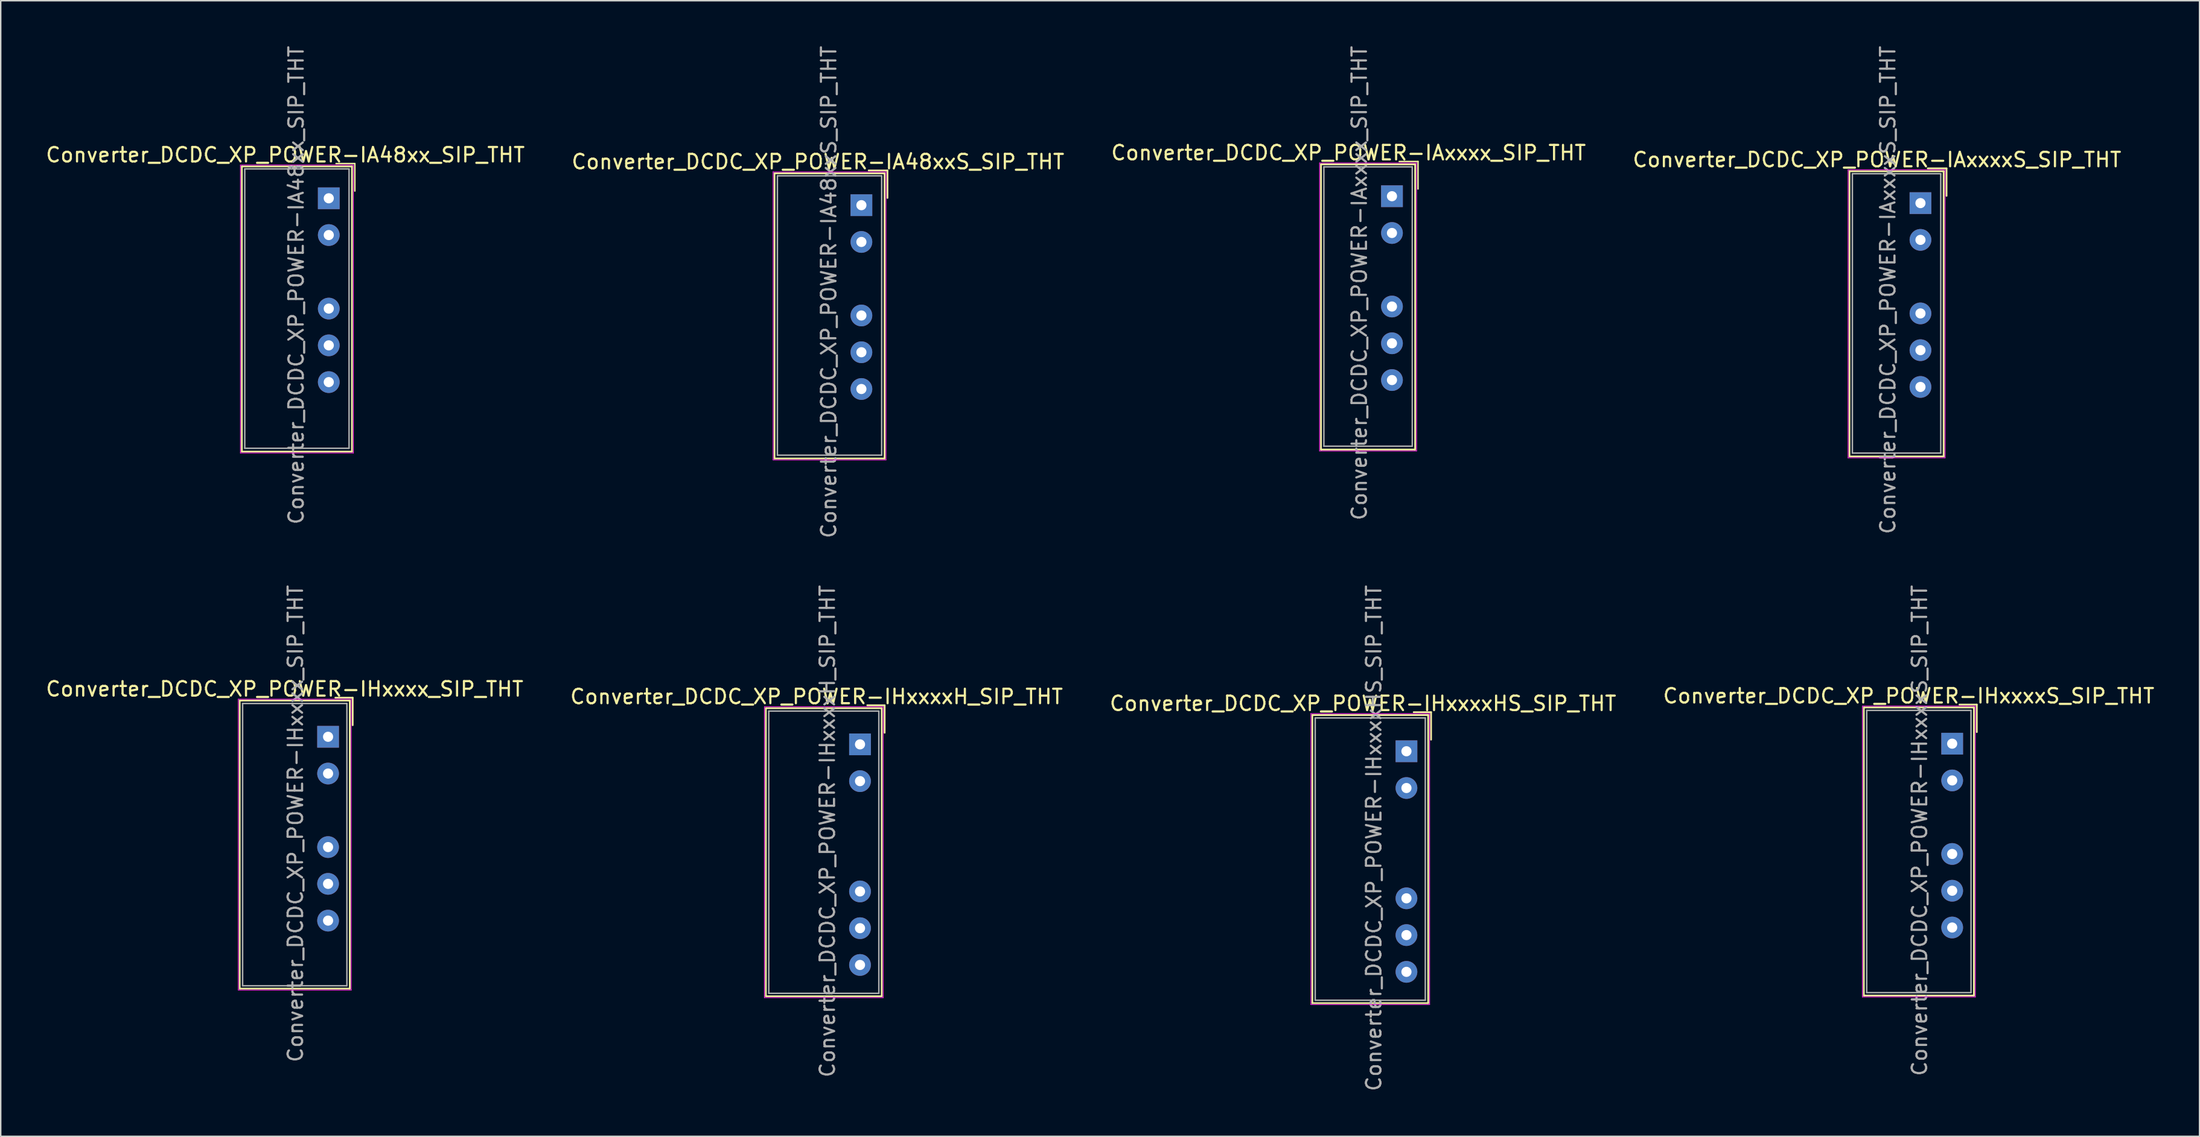
<source format=kicad_pcb>
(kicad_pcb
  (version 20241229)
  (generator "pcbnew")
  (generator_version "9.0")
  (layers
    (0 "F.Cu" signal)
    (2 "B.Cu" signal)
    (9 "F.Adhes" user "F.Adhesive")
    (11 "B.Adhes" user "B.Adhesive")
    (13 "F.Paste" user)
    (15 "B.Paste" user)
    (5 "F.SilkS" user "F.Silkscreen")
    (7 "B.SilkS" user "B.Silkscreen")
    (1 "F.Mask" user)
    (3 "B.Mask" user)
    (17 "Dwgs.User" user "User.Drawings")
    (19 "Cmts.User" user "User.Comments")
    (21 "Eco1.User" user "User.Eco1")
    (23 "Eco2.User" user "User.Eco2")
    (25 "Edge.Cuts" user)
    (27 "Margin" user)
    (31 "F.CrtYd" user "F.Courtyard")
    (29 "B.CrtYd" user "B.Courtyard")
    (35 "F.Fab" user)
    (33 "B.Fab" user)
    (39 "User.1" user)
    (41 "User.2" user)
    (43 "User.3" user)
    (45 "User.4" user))
  (footprint "Converter_DCDC_XP_POWER-IHxxxxH_SIP_THT"
    (layer "F.Cu")
    (at 56.327 48.375)
    (property "Reference" "Converter_DCDC_XP_POWER-IHxxxxH_SIP_THT" (at -3 -3.3 0) (layer "F.SilkS") (effects (font (size 1 1) (thickness 0.15))))
    (attr through_hole)
    (fp_line (start -6.5 -2.5) (end -6.5 17.4) (stroke (width 0.12) (type solid)) (layer "F.SilkS"))
    (fp_line (start -6.5 17.4) (end 1.5 17.4) (stroke (width 0.12) (type solid)) (layer "F.SilkS"))
    (fp_line (start 1.5 -2.5) (end -6.5 -2.5) (stroke (width 0.12) (type solid)) (layer "F.SilkS"))
    (fp_line (start 1.5 17.4) (end 1.5 -2.5) (stroke (width 0.12) (type solid)) (layer "F.SilkS"))
    (fp_line (start 1.7 -2.7) (end 0.5 -2.7) (stroke (width 0.12) (type solid)) (layer "F.SilkS"))
    (fp_line (start 1.7 -2.7) (end 1.7 -0.8) (stroke (width 0.12) (type solid)) (layer "F.SilkS"))
    (fp_line (start -6.6 -2.6) (end -6.6 17.5) (stroke (width 0.05) (type solid)) (layer "F.CrtYd"))
    (fp_line (start -6.6 17.5) (end 1.6 17.5) (stroke (width 0.05) (type solid)) (layer "F.CrtYd"))
    (fp_line (start 1.6 -2.6) (end -6.6 -2.6) (stroke (width 0.05) (type solid)) (layer "F.CrtYd"))
    (fp_line (start 1.6 17.5) (end 1.6 -2.6) (stroke (width 0.05) (type solid)) (layer "F.CrtYd"))
    (fp_line (start -6.3 -2.3) (end -6.3 17.2) (stroke (width 0.1) (type solid)) (layer "F.Fab"))
    (fp_line (start -6.3 17.2) (end 1.3 17.2) (stroke (width 0.1) (type solid)) (layer "F.Fab"))
    (fp_line (start 1.3 -2.3) (end -6.3 -2.3) (stroke (width 0.1) (type solid)) (layer "F.Fab"))
    (fp_line (start 1.3 17.2) (end 1.3 -2.3) (stroke (width 0.1) (type solid)) (layer "F.Fab"))
    (fp_text user "${REFERENCE}" (at -2.25 6 90) (layer "F.Fab") (effects (font (size 1 1) (thickness 0.15))))
    (pad "1" thru_hole rect (at 0 0) (size 1.5 1.5) (drill 0.7) (layers "*.Cu" "*.Mask"))
    (pad "2" thru_hole oval (at 0 2.54) (size 1.5 1.5) (drill 0.7) (layers "*.Cu" "*.Mask"))
    (pad "4" thru_hole oval (at 0 10.16) (size 1.5 1.5) (drill 0.7) (layers "*.Cu" "*.Mask"))
    (pad "5" thru_hole oval (at 0 12.7) (size 1.5 1.5) (drill 0.7) (layers "*.Cu" "*.Mask"))
    (pad "6" thru_hole oval (at 0 15.24) (size 1.5 1.5) (drill 0.7) (layers "*.Cu" "*.Mask")))
  (footprint "Converter_DCDC_XP_POWER-IAxxxxS_SIP_THT"
    (layer "F.Cu")
    (at 129.542 10.982)
    (property "Reference" "Converter_DCDC_XP_POWER-IAxxxxS_SIP_THT" (at -3 -3 0) (layer "F.SilkS") (effects (font (size 1 1) (thickness 0.15))))
    (attr through_hole)
    (fp_line (start -4.9 -2.2) (end -4.9 17.5) (stroke (width 0.12) (type solid)) (layer "F.SilkS"))
    (fp_line (start -4.9 17.5) (end 1.6 17.5) (stroke (width 0.12) (type solid)) (layer "F.SilkS"))
    (fp_line (start 1.6 -2.2) (end -4.9 -2.2) (stroke (width 0.12) (type solid)) (layer "F.SilkS"))
    (fp_line (start 1.6 17.5) (end 1.6 -2.2) (stroke (width 0.12) (type solid)) (layer "F.SilkS"))
    (fp_line (start 1.8 -2.4) (end 0.5 -2.4) (stroke (width 0.12) (type solid)) (layer "F.SilkS"))
    (fp_line (start 1.8 -2.4) (end 1.8 -0.5) (stroke (width 0.12) (type solid)) (layer "F.SilkS"))
    (fp_line (start -5 -2.3) (end -5 17.6) (stroke (width 0.05) (type solid)) (layer "F.CrtYd"))
    (fp_line (start -5 17.6) (end 1.7 17.6) (stroke (width 0.05) (type solid)) (layer "F.CrtYd"))
    (fp_line (start 1.7 -2.3) (end -5 -2.3) (stroke (width 0.05) (type solid)) (layer "F.CrtYd"))
    (fp_line (start 1.7 17.6) (end 1.7 -2.3) (stroke (width 0.05) (type solid)) (layer "F.CrtYd"))
    (fp_line (start -4.7 -2.03) (end -4.7 17.27) (stroke (width 0.1) (type solid)) (layer "F.Fab"))
    (fp_line (start -4.7 17.27) (end 1.4 17.27) (stroke (width 0.1) (type solid)) (layer "F.Fab"))
    (fp_line (start 1.4 -2.03) (end -4.7 -2.03) (stroke (width 0.1) (type solid)) (layer "F.Fab"))
    (fp_line (start 1.4 17.27) (end 1.4 -2.03) (stroke (width 0.1) (type solid)) (layer "F.Fab"))
    (fp_text user "${REFERENCE}" (at -2.25 6 90) (layer "F.Fab") (effects (font (size 1 1) (thickness 0.15))))
    (pad "1" thru_hole rect (at 0 0) (size 1.5 1.5) (drill 0.7) (layers "*.Cu" "*.Mask"))
    (pad "2" thru_hole oval (at 0 2.54) (size 1.5 1.5) (drill 0.7) (layers "*.Cu" "*.Mask"))
    (pad "4" thru_hole oval (at 0 7.62) (size 1.5 1.5) (drill 0.7) (layers "*.Cu" "*.Mask"))
    (pad "5" thru_hole oval (at 0 10.16) (size 1.5 1.5) (drill 0.7) (layers "*.Cu" "*.Mask"))
    (pad "6" thru_hole oval (at 0 12.7) (size 1.5 1.5) (drill 0.7) (layers "*.Cu" "*.Mask")))
  (footprint "Converter_DCDC_XP_POWER-IHxxxxHS_SIP_THT"
    (layer "F.Cu")
    (at 94.054 48.851)
    (property "Reference" "Converter_DCDC_XP_POWER-IHxxxxHS_SIP_THT" (at -3 -3.3 0) (layer "F.SilkS") (effects (font (size 1 1) (thickness 0.15))))
    (attr through_hole)
    (fp_line (start -6.5 -2.5) (end -6.5 17.4) (stroke (width 0.12) (type solid)) (layer "F.SilkS"))
    (fp_line (start -6.5 17.4) (end 1.5 17.4) (stroke (width 0.12) (type solid)) (layer "F.SilkS"))
    (fp_line (start 1.5 -2.5) (end -6.5 -2.5) (stroke (width 0.12) (type solid)) (layer "F.SilkS"))
    (fp_line (start 1.5 17.4) (end 1.5 -2.5) (stroke (width 0.12) (type solid)) (layer "F.SilkS"))
    (fp_line (start 1.7 -2.7) (end 0.5 -2.7) (stroke (width 0.12) (type solid)) (layer "F.SilkS"))
    (fp_line (start 1.7 -2.7) (end 1.7 -0.8) (stroke (width 0.12) (type solid)) (layer "F.SilkS"))
    (fp_line (start -6.6 -2.6) (end -6.6 17.5) (stroke (width 0.05) (type solid)) (layer "F.CrtYd"))
    (fp_line (start -6.6 17.5) (end 1.6 17.5) (stroke (width 0.05) (type solid)) (layer "F.CrtYd"))
    (fp_line (start 1.6 -2.6) (end -6.6 -2.6) (stroke (width 0.05) (type solid)) (layer "F.CrtYd"))
    (fp_line (start 1.6 17.5) (end 1.6 -2.6) (stroke (width 0.05) (type solid)) (layer "F.CrtYd"))
    (fp_line (start -6.3 -2.3) (end -6.3 17.2) (stroke (width 0.1) (type solid)) (layer "F.Fab"))
    (fp_line (start -6.3 17.2) (end 1.3 17.2) (stroke (width 0.1) (type solid)) (layer "F.Fab"))
    (fp_line (start 1.3 -2.3) (end -6.3 -2.3) (stroke (width 0.1) (type solid)) (layer "F.Fab"))
    (fp_line (start 1.3 17.2) (end 1.3 -2.3) (stroke (width 0.1) (type solid)) (layer "F.Fab"))
    (fp_text user "${REFERENCE}" (at -2.25 6 90) (layer "F.Fab") (effects (font (size 1 1) (thickness 0.15))))
    (pad "1" thru_hole rect (at 0 0) (size 1.5 1.5) (drill 0.7) (layers "*.Cu" "*.Mask"))
    (pad "2" thru_hole oval (at 0 2.54) (size 1.5 1.5) (drill 0.7) (layers "*.Cu" "*.Mask"))
    (pad "4" thru_hole oval (at 0 10.16) (size 1.5 1.5) (drill 0.7) (layers "*.Cu" "*.Mask"))
    (pad "5" thru_hole oval (at 0 12.7) (size 1.5 1.5) (drill 0.7) (layers "*.Cu" "*.Mask"))
    (pad "6" thru_hole oval (at 0 15.24) (size 1.5 1.5) (drill 0.7) (layers "*.Cu" "*.Mask")))
  (footprint "Converter_DCDC_XP_POWER-IA48xxS_SIP_THT"
    (layer "F.Cu")
    (at 56.423 11.125)
    (property "Reference" "Converter_DCDC_XP_POWER-IA48xxS_SIP_THT" (at -3 -3 0) (layer "F.SilkS") (effects (font (size 1 1) (thickness 0.15))))
    (attr through_hole)
    (fp_line (start -6 -2.2) (end -6 17.5) (stroke (width 0.12) (type solid)) (layer "F.SilkS"))
    (fp_line (start -6 17.5) (end 1.6 17.5) (stroke (width 0.12) (type solid)) (layer "F.SilkS"))
    (fp_line (start 1.6 -2.2) (end -6 -2.2) (stroke (width 0.12) (type solid)) (layer "F.SilkS"))
    (fp_line (start 1.6 17.5) (end 1.6 -2.2) (stroke (width 0.12) (type solid)) (layer "F.SilkS"))
    (fp_line (start 1.8 -2.4) (end 0.5 -2.4) (stroke (width 0.12) (type solid)) (layer "F.SilkS"))
    (fp_line (start 1.8 -2.4) (end 1.8 -0.5) (stroke (width 0.12) (type solid)) (layer "F.SilkS"))
    (fp_line (start -6.1 -2.3) (end -6.1 17.6) (stroke (width 0.05) (type solid)) (layer "F.CrtYd"))
    (fp_line (start -6.1 17.6) (end 1.7 17.6) (stroke (width 0.05) (type solid)) (layer "F.CrtYd"))
    (fp_line (start 1.7 -2.3) (end -6.1 -2.3) (stroke (width 0.05) (type solid)) (layer "F.CrtYd"))
    (fp_line (start 1.7 17.6) (end 1.7 -2.3) (stroke (width 0.05) (type solid)) (layer "F.CrtYd"))
    (fp_line (start -5.8 -2.03) (end -5.8 17.27) (stroke (width 0.1) (type solid)) (layer "F.Fab"))
    (fp_line (start -5.8 17.27) (end 1.4 17.27) (stroke (width 0.1) (type solid)) (layer "F.Fab"))
    (fp_line (start 1.4 -2.03) (end -5.8 -2.03) (stroke (width 0.1) (type solid)) (layer "F.Fab"))
    (fp_line (start 1.4 17.27) (end 1.4 -2.03) (stroke (width 0.1) (type solid)) (layer "F.Fab"))
    (fp_text user "${REFERENCE}" (at -2.25 6 90) (layer "F.Fab") (effects (font (size 1 1) (thickness 0.15))))
    (pad "1" thru_hole rect (at 0 0) (size 1.5 1.5) (drill 0.7) (layers "*.Cu" "*.Mask"))
    (pad "2" thru_hole oval (at 0 2.54) (size 1.5 1.5) (drill 0.7) (layers "*.Cu" "*.Mask"))
    (pad "4" thru_hole oval (at 0 7.62) (size 1.5 1.5) (drill 0.7) (layers "*.Cu" "*.Mask"))
    (pad "5" thru_hole oval (at 0 10.16) (size 1.5 1.5) (drill 0.7) (layers "*.Cu" "*.Mask"))
    (pad "6" thru_hole oval (at 0 12.7) (size 1.5 1.5) (drill 0.7) (layers "*.Cu" "*.Mask")))
  (footprint "Converter_DCDC_XP_POWER-IHxxxx_SIP_THT"
    (layer "F.Cu")
    (at 19.601 47.851)
    (property "Reference" "Converter_DCDC_XP_POWER-IHxxxx_SIP_THT" (at -3 -3.3 0) (layer "F.SilkS") (effects (font (size 1 1) (thickness 0.15))))
    (attr through_hole)
    (fp_line (start -6.1 -2.5) (end -6.1 17.4) (stroke (width 0.12) (type solid)) (layer "F.SilkS"))
    (fp_line (start -6.1 17.4) (end 1.5 17.4) (stroke (width 0.12) (type solid)) (layer "F.SilkS"))
    (fp_line (start 1.5 -2.5) (end -6.1 -2.5) (stroke (width 0.12) (type solid)) (layer "F.SilkS"))
    (fp_line (start 1.5 17.4) (end 1.5 -2.5) (stroke (width 0.12) (type solid)) (layer "F.SilkS"))
    (fp_line (start 1.7 -2.7) (end 0.5 -2.7) (stroke (width 0.12) (type solid)) (layer "F.SilkS"))
    (fp_line (start 1.7 -2.7) (end 1.7 -0.8) (stroke (width 0.12) (type solid)) (layer "F.SilkS"))
    (fp_line (start -6.2 -2.6) (end -6.2 17.5) (stroke (width 0.05) (type solid)) (layer "F.CrtYd"))
    (fp_line (start -6.2 17.5) (end 1.6 17.5) (stroke (width 0.05) (type solid)) (layer "F.CrtYd"))
    (fp_line (start 1.6 -2.6) (end -6.2 -2.6) (stroke (width 0.05) (type solid)) (layer "F.CrtYd"))
    (fp_line (start 1.6 17.5) (end 1.6 -2.6) (stroke (width 0.05) (type solid)) (layer "F.CrtYd"))
    (fp_line (start -5.9 -2.3) (end -5.9 17.2) (stroke (width 0.1) (type solid)) (layer "F.Fab"))
    (fp_line (start -5.9 17.2) (end 1.3 17.2) (stroke (width 0.1) (type solid)) (layer "F.Fab"))
    (fp_line (start 1.3 -2.3) (end -5.9 -2.3) (stroke (width 0.1) (type solid)) (layer "F.Fab"))
    (fp_line (start 1.3 17.2) (end 1.3 -2.3) (stroke (width 0.1) (type solid)) (layer "F.Fab"))
    (fp_text user "${REFERENCE}" (at -2.25 6 90) (layer "F.Fab") (effects (font (size 1 1) (thickness 0.15))))
    (pad "1" thru_hole rect (at 0 0) (size 1.5 1.5) (drill 0.7) (layers "*.Cu" "*.Mask"))
    (pad "2" thru_hole oval (at 0 2.54) (size 1.5 1.5) (drill 0.7) (layers "*.Cu" "*.Mask"))
    (pad "4" thru_hole oval (at 0 7.62) (size 1.5 1.5) (drill 0.7) (layers "*.Cu" "*.Mask"))
    (pad "5" thru_hole oval (at 0 10.16) (size 1.5 1.5) (drill 0.7) (layers "*.Cu" "*.Mask"))
    (pad "6" thru_hole oval (at 0 12.7) (size 1.5 1.5) (drill 0.7) (layers "*.Cu" "*.Mask")))
  (footprint "Converter_DCDC_XP_POWER-IAxxxx_SIP_THT"
    (layer "F.Cu")
    (at 93.054 10.506)
    (property "Reference" "Converter_DCDC_XP_POWER-IAxxxx_SIP_THT" (at -3 -3 0) (layer "F.SilkS") (effects (font (size 1 1) (thickness 0.15))))
    (attr through_hole)
    (fp_line (start -4.9 -2.2) (end -4.9 17.5) (stroke (width 0.12) (type solid)) (layer "F.SilkS"))
    (fp_line (start -4.9 17.5) (end 1.6 17.5) (stroke (width 0.12) (type solid)) (layer "F.SilkS"))
    (fp_line (start 1.6 -2.2) (end -4.9 -2.2) (stroke (width 0.12) (type solid)) (layer "F.SilkS"))
    (fp_line (start 1.6 17.5) (end 1.6 -2.2) (stroke (width 0.12) (type solid)) (layer "F.SilkS"))
    (fp_line (start 1.8 -2.4) (end 0.5 -2.4) (stroke (width 0.1) (type solid)) (layer "F.SilkS"))
    (fp_line (start 1.8 -2.4) (end 1.8 -0.5) (stroke (width 0.1) (type solid)) (layer "F.SilkS"))
    (fp_line (start -5 -2.3) (end -5 17.6) (stroke (width 0.05) (type solid)) (layer "F.CrtYd"))
    (fp_line (start -5 17.6) (end 1.7 17.6) (stroke (width 0.05) (type solid)) (layer "F.CrtYd"))
    (fp_line (start 1.7 -2.3) (end -5 -2.3) (stroke (width 0.05) (type solid)) (layer "F.CrtYd"))
    (fp_line (start 1.7 17.6) (end 1.7 -2.3) (stroke (width 0.05) (type solid)) (layer "F.CrtYd"))
    (fp_line (start -4.7 -2.03) (end -4.7 17.27) (stroke (width 0.1) (type solid)) (layer "F.Fab"))
    (fp_line (start -4.7 17.27) (end 1.4 17.27) (stroke (width 0.1) (type solid)) (layer "F.Fab"))
    (fp_line (start 1.4 -2.03) (end -4.7 -2.03) (stroke (width 0.1) (type solid)) (layer "F.Fab"))
    (fp_line (start 1.4 17.27) (end 1.4 -2.03) (stroke (width 0.1) (type solid)) (layer "F.Fab"))
    (fp_text user "${REFERENCE}" (at -2.25 6 90) (layer "F.Fab") (effects (font (size 1 1) (thickness 0.15))))
    (pad "1" thru_hole rect (at 0 0) (size 1.5 1.5) (drill 0.7) (layers "*.Cu" "*.Mask"))
    (pad "2" thru_hole oval (at 0 2.54) (size 1.5 1.5) (drill 0.7) (layers "*.Cu" "*.Mask"))
    (pad "4" thru_hole oval (at 0 7.62) (size 1.5 1.5) (drill 0.7) (layers "*.Cu" "*.Mask"))
    (pad "5" thru_hole oval (at 0 10.16) (size 1.5 1.5) (drill 0.7) (layers "*.Cu" "*.Mask"))
    (pad "6" thru_hole oval (at 0 12.7) (size 1.5 1.5) (drill 0.7) (layers "*.Cu" "*.Mask")))
  (footprint "Converter_DCDC_XP_POWER-IHxxxxS_SIP_THT"
    (layer "F.Cu")
    (at 131.732 48.327)
    (property "Reference" "Converter_DCDC_XP_POWER-IHxxxxS_SIP_THT" (at -3 -3.3 0) (layer "F.SilkS") (effects (font (size 1 1) (thickness 0.15))))
    (attr through_hole)
    (fp_line (start -6.1 -2.5) (end -6.1 17.4) (stroke (width 0.12) (type solid)) (layer "F.SilkS"))
    (fp_line (start -6.1 17.4) (end 1.5 17.4) (stroke (width 0.12) (type solid)) (layer "F.SilkS"))
    (fp_line (start 1.5 -2.5) (end -6.1 -2.5) (stroke (width 0.12) (type solid)) (layer "F.SilkS"))
    (fp_line (start 1.5 17.4) (end 1.5 -2.5) (stroke (width 0.12) (type solid)) (layer "F.SilkS"))
    (fp_line (start 1.7 -2.7) (end 0.5 -2.7) (stroke (width 0.12) (type solid)) (layer "F.SilkS"))
    (fp_line (start 1.7 -2.7) (end 1.7 -0.8) (stroke (width 0.12) (type solid)) (layer "F.SilkS"))
    (fp_line (start -6.2 -2.6) (end -6.2 17.5) (stroke (width 0.05) (type solid)) (layer "F.CrtYd"))
    (fp_line (start -6.2 17.5) (end 1.6 17.5) (stroke (width 0.05) (type solid)) (layer "F.CrtYd"))
    (fp_line (start 1.6 -2.6) (end -6.2 -2.6) (stroke (width 0.05) (type solid)) (layer "F.CrtYd"))
    (fp_line (start 1.6 17.5) (end 1.6 -2.6) (stroke (width 0.05) (type solid)) (layer "F.CrtYd"))
    (fp_line (start -5.9 -2.3) (end -5.9 17.2) (stroke (width 0.1) (type solid)) (layer "F.Fab"))
    (fp_line (start -5.9 17.2) (end 1.3 17.2) (stroke (width 0.1) (type solid)) (layer "F.Fab"))
    (fp_line (start 1.3 -2.3) (end -5.9 -2.3) (stroke (width 0.1) (type solid)) (layer "F.Fab"))
    (fp_line (start 1.3 17.2) (end 1.3 -2.3) (stroke (width 0.1) (type solid)) (layer "F.Fab"))
    (fp_text user "${REFERENCE}" (at -2.25 6 90) (layer "F.Fab") (effects (font (size 1 1) (thickness 0.15))))
    (pad "1" thru_hole rect (at 0 0) (size 1.5 1.5) (drill 0.7) (layers "*.Cu" "*.Mask"))
    (pad "2" thru_hole oval (at 0 2.54) (size 1.5 1.5) (drill 0.7) (layers "*.Cu" "*.Mask"))
    (pad "4" thru_hole oval (at 0 7.62) (size 1.5 1.5) (drill 0.7) (layers "*.Cu" "*.Mask"))
    (pad "5" thru_hole oval (at 0 10.16) (size 1.5 1.5) (drill 0.7) (layers "*.Cu" "*.Mask"))
    (pad "6" thru_hole oval (at 0 12.7) (size 1.5 1.5) (drill 0.7) (layers "*.Cu" "*.Mask")))
  (footprint "Converter_DCDC_XP_POWER-IA48xx_SIP_THT"
    (layer "F.Cu")
    (at 19.649 10.649)
    (property "Reference" "Converter_DCDC_XP_POWER-IA48xx_SIP_THT" (at -3 -3 0) (layer "F.SilkS") (effects (font (size 1 1) (thickness 0.15))))
    (attr through_hole)
    (fp_line (start -6 -2.2) (end -6 17.5) (stroke (width 0.12) (type solid)) (layer "F.SilkS"))
    (fp_line (start -6 17.5) (end 1.6 17.5) (stroke (width 0.12) (type solid)) (layer "F.SilkS"))
    (fp_line (start 1.6 -2.2) (end -6 -2.2) (stroke (width 0.12) (type solid)) (layer "F.SilkS"))
    (fp_line (start 1.6 17.5) (end 1.6 -2.2) (stroke (width 0.12) (type solid)) (layer "F.SilkS"))
    (fp_line (start 1.8 -2.4) (end 0.5 -2.4) (stroke (width 0.1) (type solid)) (layer "F.SilkS"))
    (fp_line (start 1.8 -2.4) (end 1.8 -0.5) (stroke (width 0.1) (type solid)) (layer "F.SilkS"))
    (fp_line (start -6.1 -2.3) (end -6.1 17.6) (stroke (width 0.05) (type solid)) (layer "F.CrtYd"))
    (fp_line (start -6.1 17.6) (end 1.7 17.6) (stroke (width 0.05) (type solid)) (layer "F.CrtYd"))
    (fp_line (start 1.7 -2.3) (end -6.1 -2.3) (stroke (width 0.05) (type solid)) (layer "F.CrtYd"))
    (fp_line (start 1.7 17.6) (end 1.7 -2.3) (stroke (width 0.05) (type solid)) (layer "F.CrtYd"))
    (fp_line (start -5.8 -2.03) (end -5.8 17.27) (stroke (width 0.1) (type solid)) (layer "F.Fab"))
    (fp_line (start -5.8 17.27) (end 1.4 17.27) (stroke (width 0.1) (type solid)) (layer "F.Fab"))
    (fp_line (start 1.4 -2.03) (end -5.8 -2.03) (stroke (width 0.1) (type solid)) (layer "F.Fab"))
    (fp_line (start 1.4 17.27) (end 1.4 -2.03) (stroke (width 0.1) (type solid)) (layer "F.Fab"))
    (fp_text user "${REFERENCE}" (at -2.25 6 90) (layer "F.Fab") (effects (font (size 1 1) (thickness 0.15))))
    (pad "1" thru_hole rect (at 0 0) (size 1.5 1.5) (drill 0.7) (layers "*.Cu" "*.Mask"))
    (pad "2" thru_hole oval (at 0 2.54) (size 1.5 1.5) (drill 0.7) (layers "*.Cu" "*.Mask"))
    (pad "4" thru_hole oval (at 0 7.62) (size 1.5 1.5) (drill 0.7) (layers "*.Cu" "*.Mask"))
    (pad "5" thru_hole oval (at 0 10.16) (size 1.5 1.5) (drill 0.7) (layers "*.Cu" "*.Mask"))
    (pad "6" thru_hole oval (at 0 12.7) (size 1.5 1.5) (drill 0.7) (layers "*.Cu" "*.Mask")))
  (gr_rect
    (start -3 -3)
    (end 148.81 75.452)
    (stroke (width 0.1) (type default))
    (fill no)
    (layer "Edge.Cuts")))
</source>
